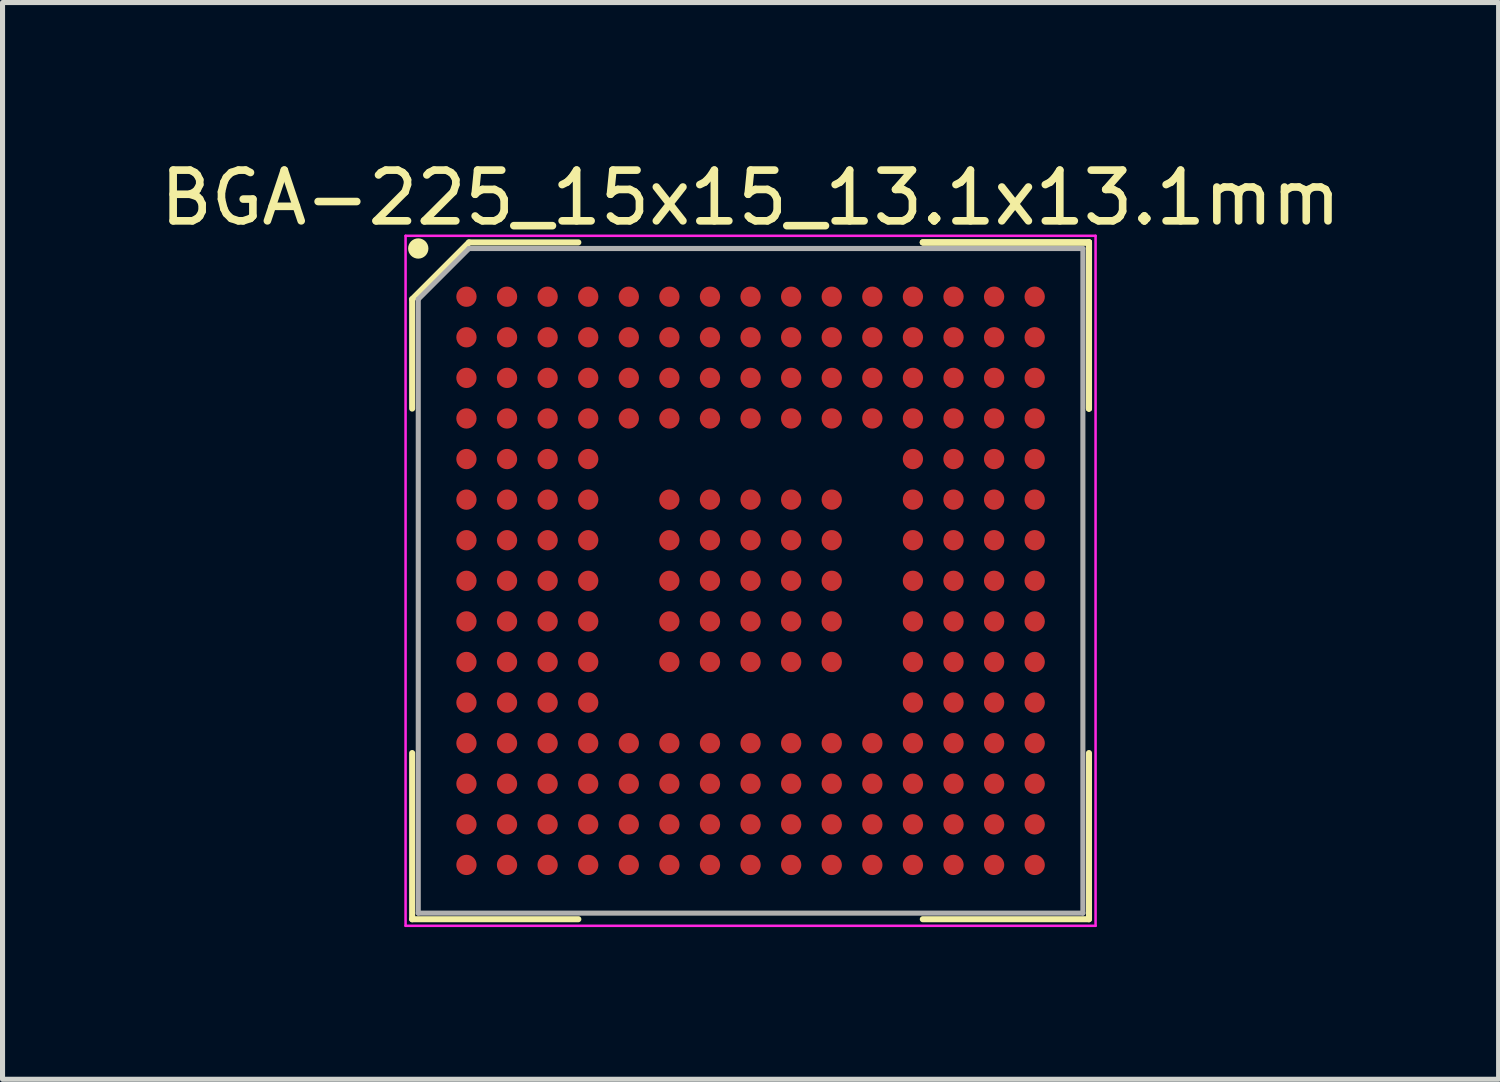
<source format=kicad_pcb>
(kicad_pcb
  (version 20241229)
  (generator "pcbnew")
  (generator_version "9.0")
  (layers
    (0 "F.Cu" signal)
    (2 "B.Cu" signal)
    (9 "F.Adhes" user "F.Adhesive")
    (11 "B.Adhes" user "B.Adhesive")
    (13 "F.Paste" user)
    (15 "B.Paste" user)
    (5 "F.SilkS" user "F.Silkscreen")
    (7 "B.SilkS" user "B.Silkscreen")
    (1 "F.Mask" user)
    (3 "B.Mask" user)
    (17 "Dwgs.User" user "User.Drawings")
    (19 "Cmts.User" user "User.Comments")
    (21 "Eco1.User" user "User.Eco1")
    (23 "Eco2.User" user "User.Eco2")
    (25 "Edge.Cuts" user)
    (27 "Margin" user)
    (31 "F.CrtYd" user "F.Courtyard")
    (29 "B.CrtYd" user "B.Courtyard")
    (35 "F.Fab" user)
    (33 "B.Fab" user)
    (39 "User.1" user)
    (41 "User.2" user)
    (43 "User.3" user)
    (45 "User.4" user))
  (footprint "BGA-225_15x15_13.1x13.1mm"
    (layer "F.Cu")
    (at 11.744 8.398)
    (property "Reference" "BGA-225_15x15_13.1x13.1mm" (at 0 -7.55 0) (layer "F.SilkS") (effects (font (size 1 1) (thickness 0.15))))
    (attr smd)
    (fp_line (start -6.67 -5.55) (end -6.67 -3.395) (stroke (width 0.12) (type solid)) (layer "F.SilkS"))
    (fp_line (start -6.67 6.67) (end -6.67 3.395) (stroke (width 0.12) (type solid)) (layer "F.SilkS"))
    (fp_line (start -5.55 -6.67) (end -6.67 -5.55) (stroke (width 0.12) (type solid)) (layer "F.SilkS"))
    (fp_line (start -3.395 -6.67) (end -5.55 -6.67) (stroke (width 0.12) (type solid)) (layer "F.SilkS"))
    (fp_line (start -3.395 6.67) (end -6.67 6.67) (stroke (width 0.12) (type solid)) (layer "F.SilkS"))
    (fp_line (start 3.395 -6.67) (end 6.67 -6.67) (stroke (width 0.12) (type solid)) (layer "F.SilkS"))
    (fp_line (start 3.395 -6.67) (end 6.67 -6.67) (stroke (width 0.12) (type solid)) (layer "F.SilkS"))
    (fp_line (start 3.395 -6.67) (end 6.67 -6.67) (stroke (width 0.12) (type solid)) (layer "F.SilkS"))
    (fp_line (start 3.395 6.67) (end 6.67 6.67) (stroke (width 0.12) (type solid)) (layer "F.SilkS"))
    (fp_line (start 6.67 -6.67) (end 6.67 -3.395) (stroke (width 0.12) (type solid)) (layer "F.SilkS"))
    (fp_line (start 6.67 -6.67) (end 6.67 -3.395) (stroke (width 0.12) (type solid)) (layer "F.SilkS"))
    (fp_line (start 6.67 -6.67) (end 6.67 -3.395) (stroke (width 0.12) (type solid)) (layer "F.SilkS"))
    (fp_line (start 6.67 6.67) (end 6.67 3.395) (stroke (width 0.12) (type solid)) (layer "F.SilkS"))
    (fp_circle (center -6.55 -6.55) (end -6.55 -6.45) (stroke (width 0.2) (type solid)) (fill no) (layer "F.SilkS"))
    (fp_line (start -6.8 -6.8) (end 6.8 -6.8) (stroke (width 0.05) (type solid)) (layer "F.CrtYd"))
    (fp_line (start -6.8 6.8) (end -6.8 -6.8) (stroke (width 0.05) (type solid)) (layer "F.CrtYd"))
    (fp_line (start 6.8 -6.8) (end 6.8 6.8) (stroke (width 0.05) (type solid)) (layer "F.CrtYd"))
    (fp_line (start 6.8 6.8) (end -6.8 6.8) (stroke (width 0.05) (type solid)) (layer "F.CrtYd"))
    (fp_line (start -6.55 -5.55) (end -6.55 6.55) (stroke (width 0.1) (type solid)) (layer "F.Fab"))
    (fp_line (start -6.55 6.55) (end 6.55 6.55) (stroke (width 0.1) (type solid)) (layer "F.Fab"))
    (fp_line (start -5.55 -6.55) (end -6.55 -5.55) (stroke (width 0.1) (type solid)) (layer "F.Fab"))
    (fp_line (start 6.55 -6.55) (end -5.55 -6.55) (stroke (width 0.1) (type solid)) (layer "F.Fab"))
    (fp_line (start 6.55 6.55) (end 6.55 -6.55) (stroke (width 0.1) (type solid)) (layer "F.Fab"))
    (pad "A1" smd circle (at -5.6 -5.6) (size 0.4 0.4) (layers "F.Cu" "F.Mask" "F.Paste"))
    (pad "A2" smd circle (at -4.8 -5.6) (size 0.4 0.4) (layers "F.Cu" "F.Mask" "F.Paste"))
    (pad "A3" smd circle (at -4 -5.6) (size 0.4 0.4) (layers "F.Cu" "F.Mask" "F.Paste"))
    (pad "A4" smd circle (at -3.2 -5.6) (size 0.4 0.4) (layers "F.Cu" "F.Mask" "F.Paste"))
    (pad "A5" smd circle (at -2.4 -5.6) (size 0.4 0.4) (layers "F.Cu" "F.Mask" "F.Paste"))
    (pad "A6" smd circle (at -1.6 -5.6) (size 0.4 0.4) (layers "F.Cu" "F.Mask" "F.Paste"))
    (pad "A7" smd circle (at -0.8 -5.6) (size 0.4 0.4) (layers "F.Cu" "F.Mask" "F.Paste"))
    (pad "A8" smd circle (at 0 -5.6) (size 0.4 0.4) (layers "F.Cu" "F.Mask" "F.Paste"))
    (pad "A9" smd circle (at 0.8 -5.6) (size 0.4 0.4) (layers "F.Cu" "F.Mask" "F.Paste"))
    (pad "A10" smd circle (at 1.6 -5.6) (size 0.4 0.4) (layers "F.Cu" "F.Mask" "F.Paste"))
    (pad "A11" smd circle (at 2.4 -5.6) (size 0.4 0.4) (layers "F.Cu" "F.Mask" "F.Paste"))
    (pad "A12" smd circle (at 3.2 -5.6) (size 0.4 0.4) (layers "F.Cu" "F.Mask" "F.Paste"))
    (pad "A13" smd circle (at 4 -5.6) (size 0.4 0.4) (layers "F.Cu" "F.Mask" "F.Paste"))
    (pad "A14" smd circle (at 4.8 -5.6) (size 0.4 0.4) (layers "F.Cu" "F.Mask" "F.Paste"))
    (pad "A15" smd circle (at 5.6 -5.6) (size 0.4 0.4) (layers "F.Cu" "F.Mask" "F.Paste"))
    (pad "B1" smd circle (at -5.6 -4.8) (size 0.4 0.4) (layers "F.Cu" "F.Mask" "F.Paste"))
    (pad "B2" smd circle (at -4.8 -4.8) (size 0.4 0.4) (layers "F.Cu" "F.Mask" "F.Paste"))
    (pad "B3" smd circle (at -4 -4.8) (size 0.4 0.4) (layers "F.Cu" "F.Mask" "F.Paste"))
    (pad "B4" smd circle (at -3.2 -4.8) (size 0.4 0.4) (layers "F.Cu" "F.Mask" "F.Paste"))
    (pad "B5" smd circle (at -2.4 -4.8) (size 0.4 0.4) (layers "F.Cu" "F.Mask" "F.Paste"))
    (pad "B6" smd circle (at -1.6 -4.8) (size 0.4 0.4) (layers "F.Cu" "F.Mask" "F.Paste"))
    (pad "B7" smd circle (at -0.8 -4.8) (size 0.4 0.4) (layers "F.Cu" "F.Mask" "F.Paste"))
    (pad "B8" smd circle (at 0 -4.8) (size 0.4 0.4) (layers "F.Cu" "F.Mask" "F.Paste"))
    (pad "B9" smd circle (at 0.8 -4.8) (size 0.4 0.4) (layers "F.Cu" "F.Mask" "F.Paste"))
    (pad "B10" smd circle (at 1.6 -4.8) (size 0.4 0.4) (layers "F.Cu" "F.Mask" "F.Paste"))
    (pad "B11" smd circle (at 2.4 -4.8) (size 0.4 0.4) (layers "F.Cu" "F.Mask" "F.Paste"))
    (pad "B12" smd circle (at 3.2 -4.8) (size 0.4 0.4) (layers "F.Cu" "F.Mask" "F.Paste"))
    (pad "B13" smd circle (at 4 -4.8) (size 0.4 0.4) (layers "F.Cu" "F.Mask" "F.Paste"))
    (pad "B14" smd circle (at 4.8 -4.8) (size 0.4 0.4) (layers "F.Cu" "F.Mask" "F.Paste"))
    (pad "B15" smd circle (at 5.6 -4.8) (size 0.4 0.4) (layers "F.Cu" "F.Mask" "F.Paste"))
    (pad "C1" smd circle (at -5.6 -4) (size 0.4 0.4) (layers "F.Cu" "F.Mask" "F.Paste"))
    (pad "C2" smd circle (at -4.8 -4) (size 0.4 0.4) (layers "F.Cu" "F.Mask" "F.Paste"))
    (pad "C3" smd circle (at -4 -4) (size 0.4 0.4) (layers "F.Cu" "F.Mask" "F.Paste"))
    (pad "C4" smd circle (at -3.2 -4) (size 0.4 0.4) (layers "F.Cu" "F.Mask" "F.Paste"))
    (pad "C5" smd circle (at -2.4 -4) (size 0.4 0.4) (layers "F.Cu" "F.Mask" "F.Paste"))
    (pad "C6" smd circle (at -1.6 -4) (size 0.4 0.4) (layers "F.Cu" "F.Mask" "F.Paste"))
    (pad "C7" smd circle (at -0.8 -4) (size 0.4 0.4) (layers "F.Cu" "F.Mask" "F.Paste"))
    (pad "C8" smd circle (at 0 -4) (size 0.4 0.4) (layers "F.Cu" "F.Mask" "F.Paste"))
    (pad "C9" smd circle (at 0.8 -4) (size 0.4 0.4) (layers "F.Cu" "F.Mask" "F.Paste"))
    (pad "C10" smd circle (at 1.6 -4) (size 0.4 0.4) (layers "F.Cu" "F.Mask" "F.Paste"))
    (pad "C11" smd circle (at 2.4 -4) (size 0.4 0.4) (layers "F.Cu" "F.Mask" "F.Paste"))
    (pad "C12" smd circle (at 3.2 -4) (size 0.4 0.4) (layers "F.Cu" "F.Mask" "F.Paste"))
    (pad "C13" smd circle (at 4 -4) (size 0.4 0.4) (layers "F.Cu" "F.Mask" "F.Paste"))
    (pad "C14" smd circle (at 4.8 -4) (size 0.4 0.4) (layers "F.Cu" "F.Mask" "F.Paste"))
    (pad "C15" smd circle (at 5.6 -4) (size 0.4 0.4) (layers "F.Cu" "F.Mask" "F.Paste"))
    (pad "D1" smd circle (at -5.6 -3.2) (size 0.4 0.4) (layers "F.Cu" "F.Mask" "F.Paste"))
    (pad "D2" smd circle (at -4.8 -3.2) (size 0.4 0.4) (layers "F.Cu" "F.Mask" "F.Paste"))
    (pad "D3" smd circle (at -4 -3.2) (size 0.4 0.4) (layers "F.Cu" "F.Mask" "F.Paste"))
    (pad "D4" smd circle (at -3.2 -3.2) (size 0.4 0.4) (layers "F.Cu" "F.Mask" "F.Paste"))
    (pad "D5" smd circle (at -2.4 -3.2) (size 0.4 0.4) (layers "F.Cu" "F.Mask" "F.Paste"))
    (pad "D6" smd circle (at -1.6 -3.2) (size 0.4 0.4) (layers "F.Cu" "F.Mask" "F.Paste"))
    (pad "D7" smd circle (at -0.8 -3.2) (size 0.4 0.4) (layers "F.Cu" "F.Mask" "F.Paste"))
    (pad "D8" smd circle (at 0 -3.2) (size 0.4 0.4) (layers "F.Cu" "F.Mask" "F.Paste"))
    (pad "D9" smd circle (at 0.8 -3.2) (size 0.4 0.4) (layers "F.Cu" "F.Mask" "F.Paste"))
    (pad "D10" smd circle (at 1.6 -3.2) (size 0.4 0.4) (layers "F.Cu" "F.Mask" "F.Paste"))
    (pad "D11" smd circle (at 2.4 -3.2) (size 0.4 0.4) (layers "F.Cu" "F.Mask" "F.Paste"))
    (pad "D12" smd circle (at 3.2 -3.2) (size 0.4 0.4) (layers "F.Cu" "F.Mask" "F.Paste"))
    (pad "D13" smd circle (at 4 -3.2) (size 0.4 0.4) (layers "F.Cu" "F.Mask" "F.Paste"))
    (pad "D14" smd circle (at 4.8 -3.2) (size 0.4 0.4) (layers "F.Cu" "F.Mask" "F.Paste"))
    (pad "D15" smd circle (at 5.6 -3.2) (size 0.4 0.4) (layers "F.Cu" "F.Mask" "F.Paste"))
    (pad "E1" smd circle (at -5.6 -2.4) (size 0.4 0.4) (layers "F.Cu" "F.Mask" "F.Paste"))
    (pad "E2" smd circle (at -4.8 -2.4) (size 0.4 0.4) (layers "F.Cu" "F.Mask" "F.Paste"))
    (pad "E3" smd circle (at -4 -2.4) (size 0.4 0.4) (layers "F.Cu" "F.Mask" "F.Paste"))
    (pad "E4" smd circle (at -3.2 -2.4) (size 0.4 0.4) (layers "F.Cu" "F.Mask" "F.Paste"))
    (pad "E12" smd circle (at 3.2 -2.4) (size 0.4 0.4) (layers "F.Cu" "F.Mask" "F.Paste"))
    (pad "E13" smd circle (at 4 -2.4) (size 0.4 0.4) (layers "F.Cu" "F.Mask" "F.Paste"))
    (pad "E14" smd circle (at 4.8 -2.4) (size 0.4 0.4) (layers "F.Cu" "F.Mask" "F.Paste"))
    (pad "E15" smd circle (at 5.6 -2.4) (size 0.4 0.4) (layers "F.Cu" "F.Mask" "F.Paste"))
    (pad "F1" smd circle (at -5.6 -1.6) (size 0.4 0.4) (layers "F.Cu" "F.Mask" "F.Paste"))
    (pad "F2" smd circle (at -4.8 -1.6) (size 0.4 0.4) (layers "F.Cu" "F.Mask" "F.Paste"))
    (pad "F3" smd circle (at -4 -1.6) (size 0.4 0.4) (layers "F.Cu" "F.Mask" "F.Paste"))
    (pad "F4" smd circle (at -3.2 -1.6) (size 0.4 0.4) (layers "F.Cu" "F.Mask" "F.Paste"))
    (pad "F6" smd circle (at -1.6 -1.6) (size 0.4 0.4) (layers "F.Cu" "F.Mask" "F.Paste"))
    (pad "F7" smd circle (at -0.8 -1.6) (size 0.4 0.4) (layers "F.Cu" "F.Mask" "F.Paste"))
    (pad "F8" smd circle (at 0 -1.6) (size 0.4 0.4) (layers "F.Cu" "F.Mask" "F.Paste"))
    (pad "F9" smd circle (at 0.8 -1.6) (size 0.4 0.4) (layers "F.Cu" "F.Mask" "F.Paste"))
    (pad "F10" smd circle (at 1.6 -1.6) (size 0.4 0.4) (layers "F.Cu" "F.Mask" "F.Paste"))
    (pad "F12" smd circle (at 3.2 -1.6) (size 0.4 0.4) (layers "F.Cu" "F.Mask" "F.Paste"))
    (pad "F13" smd circle (at 4 -1.6) (size 0.4 0.4) (layers "F.Cu" "F.Mask" "F.Paste"))
    (pad "F14" smd circle (at 4.8 -1.6) (size 0.4 0.4) (layers "F.Cu" "F.Mask" "F.Paste"))
    (pad "F15" smd circle (at 5.6 -1.6) (size 0.4 0.4) (layers "F.Cu" "F.Mask" "F.Paste"))
    (pad "G1" smd circle (at -5.6 -0.8) (size 0.4 0.4) (layers "F.Cu" "F.Mask" "F.Paste"))
    (pad "G2" smd circle (at -4.8 -0.8) (size 0.4 0.4) (layers "F.Cu" "F.Mask" "F.Paste"))
    (pad "G3" smd circle (at -4 -0.8) (size 0.4 0.4) (layers "F.Cu" "F.Mask" "F.Paste"))
    (pad "G4" smd circle (at -3.2 -0.8) (size 0.4 0.4) (layers "F.Cu" "F.Mask" "F.Paste"))
    (pad "G6" smd circle (at -1.6 -0.8) (size 0.4 0.4) (layers "F.Cu" "F.Mask" "F.Paste"))
    (pad "G7" smd circle (at -0.8 -0.8) (size 0.4 0.4) (layers "F.Cu" "F.Mask" "F.Paste"))
    (pad "G8" smd circle (at 0 -0.8) (size 0.4 0.4) (layers "F.Cu" "F.Mask" "F.Paste"))
    (pad "G9" smd circle (at 0.8 -0.8) (size 0.4 0.4) (layers "F.Cu" "F.Mask" "F.Paste"))
    (pad "G10" smd circle (at 1.6 -0.8) (size 0.4 0.4) (layers "F.Cu" "F.Mask" "F.Paste"))
    (pad "G12" smd circle (at 3.2 -0.8) (size 0.4 0.4) (layers "F.Cu" "F.Mask" "F.Paste"))
    (pad "G13" smd circle (at 4 -0.8) (size 0.4 0.4) (layers "F.Cu" "F.Mask" "F.Paste"))
    (pad "G14" smd circle (at 4.8 -0.8) (size 0.4 0.4) (layers "F.Cu" "F.Mask" "F.Paste"))
    (pad "G15" smd circle (at 5.6 -0.8) (size 0.4 0.4) (layers "F.Cu" "F.Mask" "F.Paste"))
    (pad "H1" smd circle (at -5.6 0) (size 0.4 0.4) (layers "F.Cu" "F.Mask" "F.Paste"))
    (pad "H2" smd circle (at -4.8 0) (size 0.4 0.4) (layers "F.Cu" "F.Mask" "F.Paste"))
    (pad "H3" smd circle (at -4 0) (size 0.4 0.4) (layers "F.Cu" "F.Mask" "F.Paste"))
    (pad "H4" smd circle (at -3.2 0) (size 0.4 0.4) (layers "F.Cu" "F.Mask" "F.Paste"))
    (pad "H6" smd circle (at -1.6 0) (size 0.4 0.4) (layers "F.Cu" "F.Mask" "F.Paste"))
    (pad "H7" smd circle (at -0.8 0) (size 0.4 0.4) (layers "F.Cu" "F.Mask" "F.Paste"))
    (pad "H8" smd circle (at 0 0) (size 0.4 0.4) (layers "F.Cu" "F.Mask" "F.Paste"))
    (pad "H9" smd circle (at 0.8 0) (size 0.4 0.4) (layers "F.Cu" "F.Mask" "F.Paste"))
    (pad "H10" smd circle (at 1.6 0) (size 0.4 0.4) (layers "F.Cu" "F.Mask" "F.Paste"))
    (pad "H12" smd circle (at 3.2 0) (size 0.4 0.4) (layers "F.Cu" "F.Mask" "F.Paste"))
    (pad "H13" smd circle (at 4 0) (size 0.4 0.4) (layers "F.Cu" "F.Mask" "F.Paste"))
    (pad "H14" smd circle (at 4.8 0) (size 0.4 0.4) (layers "F.Cu" "F.Mask" "F.Paste"))
    (pad "H15" smd circle (at 5.6 0) (size 0.4 0.4) (layers "F.Cu" "F.Mask" "F.Paste"))
    (pad "J1" smd circle (at -5.6 0.8) (size 0.4 0.4) (layers "F.Cu" "F.Mask" "F.Paste"))
    (pad "J2" smd circle (at -4.8 0.8) (size 0.4 0.4) (layers "F.Cu" "F.Mask" "F.Paste"))
    (pad "J3" smd circle (at -4 0.8) (size 0.4 0.4) (layers "F.Cu" "F.Mask" "F.Paste"))
    (pad "J4" smd circle (at -3.2 0.8) (size 0.4 0.4) (layers "F.Cu" "F.Mask" "F.Paste"))
    (pad "J6" smd circle (at -1.6 0.8) (size 0.4 0.4) (layers "F.Cu" "F.Mask" "F.Paste"))
    (pad "J7" smd circle (at -0.8 0.8) (size 0.4 0.4) (layers "F.Cu" "F.Mask" "F.Paste"))
    (pad "J8" smd circle (at 0 0.8) (size 0.4 0.4) (layers "F.Cu" "F.Mask" "F.Paste"))
    (pad "J9" smd circle (at 0.8 0.8) (size 0.4 0.4) (layers "F.Cu" "F.Mask" "F.Paste"))
    (pad "J10" smd circle (at 1.6 0.8) (size 0.4 0.4) (layers "F.Cu" "F.Mask" "F.Paste"))
    (pad "J12" smd circle (at 3.2 0.8) (size 0.4 0.4) (layers "F.Cu" "F.Mask" "F.Paste"))
    (pad "J13" smd circle (at 4 0.8) (size 0.4 0.4) (layers "F.Cu" "F.Mask" "F.Paste"))
    (pad "J14" smd circle (at 4.8 0.8) (size 0.4 0.4) (layers "F.Cu" "F.Mask" "F.Paste"))
    (pad "J15" smd circle (at 5.6 0.8) (size 0.4 0.4) (layers "F.Cu" "F.Mask" "F.Paste"))
    (pad "K1" smd circle (at -5.6 1.6) (size 0.4 0.4) (layers "F.Cu" "F.Mask" "F.Paste"))
    (pad "K2" smd circle (at -4.8 1.6) (size 0.4 0.4) (layers "F.Cu" "F.Mask" "F.Paste"))
    (pad "K3" smd circle (at -4 1.6) (size 0.4 0.4) (layers "F.Cu" "F.Mask" "F.Paste"))
    (pad "K4" smd circle (at -3.2 1.6) (size 0.4 0.4) (layers "F.Cu" "F.Mask" "F.Paste"))
    (pad "K6" smd circle (at -1.6 1.6) (size 0.4 0.4) (layers "F.Cu" "F.Mask" "F.Paste"))
    (pad "K7" smd circle (at -0.8 1.6) (size 0.4 0.4) (layers "F.Cu" "F.Mask" "F.Paste"))
    (pad "K8" smd circle (at 0 1.6) (size 0.4 0.4) (layers "F.Cu" "F.Mask" "F.Paste"))
    (pad "K9" smd circle (at 0.8 1.6) (size 0.4 0.4) (layers "F.Cu" "F.Mask" "F.Paste"))
    (pad "K10" smd circle (at 1.6 1.6) (size 0.4 0.4) (layers "F.Cu" "F.Mask" "F.Paste"))
    (pad "K12" smd circle (at 3.2 1.6) (size 0.4 0.4) (layers "F.Cu" "F.Mask" "F.Paste"))
    (pad "K13" smd circle (at 4 1.6) (size 0.4 0.4) (layers "F.Cu" "F.Mask" "F.Paste"))
    (pad "K14" smd circle (at 4.8 1.6) (size 0.4 0.4) (layers "F.Cu" "F.Mask" "F.Paste"))
    (pad "K15" smd circle (at 5.6 1.6) (size 0.4 0.4) (layers "F.Cu" "F.Mask" "F.Paste"))
    (pad "L1" smd circle (at -5.6 2.4) (size 0.4 0.4) (layers "F.Cu" "F.Mask" "F.Paste"))
    (pad "L2" smd circle (at -4.8 2.4) (size 0.4 0.4) (layers "F.Cu" "F.Mask" "F.Paste"))
    (pad "L3" smd circle (at -4 2.4) (size 0.4 0.4) (layers "F.Cu" "F.Mask" "F.Paste"))
    (pad "L4" smd circle (at -3.2 2.4) (size 0.4 0.4) (layers "F.Cu" "F.Mask" "F.Paste"))
    (pad "L12" smd circle (at 3.2 2.4) (size 0.4 0.4) (layers "F.Cu" "F.Mask" "F.Paste"))
    (pad "L13" smd circle (at 4 2.4) (size 0.4 0.4) (layers "F.Cu" "F.Mask" "F.Paste"))
    (pad "L14" smd circle (at 4.8 2.4) (size 0.4 0.4) (layers "F.Cu" "F.Mask" "F.Paste"))
    (pad "L15" smd circle (at 5.6 2.4) (size 0.4 0.4) (layers "F.Cu" "F.Mask" "F.Paste"))
    (pad "M1" smd circle (at -5.6 3.2) (size 0.4 0.4) (layers "F.Cu" "F.Mask" "F.Paste"))
    (pad "M2" smd circle (at -4.8 3.2) (size 0.4 0.4) (layers "F.Cu" "F.Mask" "F.Paste"))
    (pad "M3" smd circle (at -4 3.2) (size 0.4 0.4) (layers "F.Cu" "F.Mask" "F.Paste"))
    (pad "M4" smd circle (at -3.2 3.2) (size 0.4 0.4) (layers "F.Cu" "F.Mask" "F.Paste"))
    (pad "M5" smd circle (at -2.4 3.2) (size 0.4 0.4) (layers "F.Cu" "F.Mask" "F.Paste"))
    (pad "M6" smd circle (at -1.6 3.2) (size 0.4 0.4) (layers "F.Cu" "F.Mask" "F.Paste"))
    (pad "M7" smd circle (at -0.8 3.2) (size 0.4 0.4) (layers "F.Cu" "F.Mask" "F.Paste"))
    (pad "M8" smd circle (at 0 3.2) (size 0.4 0.4) (layers "F.Cu" "F.Mask" "F.Paste"))
    (pad "M9" smd circle (at 0.8 3.2) (size 0.4 0.4) (layers "F.Cu" "F.Mask" "F.Paste"))
    (pad "M10" smd circle (at 1.6 3.2) (size 0.4 0.4) (layers "F.Cu" "F.Mask" "F.Paste"))
    (pad "M11" smd circle (at 2.4 3.2) (size 0.4 0.4) (layers "F.Cu" "F.Mask" "F.Paste"))
    (pad "M12" smd circle (at 3.2 3.2) (size 0.4 0.4) (layers "F.Cu" "F.Mask" "F.Paste"))
    (pad "M13" smd circle (at 4 3.2) (size 0.4 0.4) (layers "F.Cu" "F.Mask" "F.Paste"))
    (pad "M14" smd circle (at 4.8 3.2) (size 0.4 0.4) (layers "F.Cu" "F.Mask" "F.Paste"))
    (pad "M15" smd circle (at 5.6 3.2) (size 0.4 0.4) (layers "F.Cu" "F.Mask" "F.Paste"))
    (pad "N1" smd circle (at -5.6 4) (size 0.4 0.4) (layers "F.Cu" "F.Mask" "F.Paste"))
    (pad "N2" smd circle (at -4.8 4) (size 0.4 0.4) (layers "F.Cu" "F.Mask" "F.Paste"))
    (pad "N3" smd circle (at -4 4) (size 0.4 0.4) (layers "F.Cu" "F.Mask" "F.Paste"))
    (pad "N4" smd circle (at -3.2 4) (size 0.4 0.4) (layers "F.Cu" "F.Mask" "F.Paste"))
    (pad "N5" smd circle (at -2.4 4) (size 0.4 0.4) (layers "F.Cu" "F.Mask" "F.Paste"))
    (pad "N6" smd circle (at -1.6 4) (size 0.4 0.4) (layers "F.Cu" "F.Mask" "F.Paste"))
    (pad "N7" smd circle (at -0.8 4) (size 0.4 0.4) (layers "F.Cu" "F.Mask" "F.Paste"))
    (pad "N8" smd circle (at 0 4) (size 0.4 0.4) (layers "F.Cu" "F.Mask" "F.Paste"))
    (pad "N9" smd circle (at 0.8 4) (size 0.4 0.4) (layers "F.Cu" "F.Mask" "F.Paste"))
    (pad "N10" smd circle (at 1.6 4) (size 0.4 0.4) (layers "F.Cu" "F.Mask" "F.Paste"))
    (pad "N11" smd circle (at 2.4 4) (size 0.4 0.4) (layers "F.Cu" "F.Mask" "F.Paste"))
    (pad "N12" smd circle (at 3.2 4) (size 0.4 0.4) (layers "F.Cu" "F.Mask" "F.Paste"))
    (pad "N13" smd circle (at 4 4) (size 0.4 0.4) (layers "F.Cu" "F.Mask" "F.Paste"))
    (pad "N14" smd circle (at 4.8 4) (size 0.4 0.4) (layers "F.Cu" "F.Mask" "F.Paste"))
    (pad "N15" smd circle (at 5.6 4) (size 0.4 0.4) (layers "F.Cu" "F.Mask" "F.Paste"))
    (pad "P1" smd circle (at -5.6 4.8) (size 0.4 0.4) (layers "F.Cu" "F.Mask" "F.Paste"))
    (pad "P2" smd circle (at -4.8 4.8) (size 0.4 0.4) (layers "F.Cu" "F.Mask" "F.Paste"))
    (pad "P3" smd circle (at -4 4.8) (size 0.4 0.4) (layers "F.Cu" "F.Mask" "F.Paste"))
    (pad "P4" smd circle (at -3.2 4.8) (size 0.4 0.4) (layers "F.Cu" "F.Mask" "F.Paste"))
    (pad "P5" smd circle (at -2.4 4.8) (size 0.4 0.4) (layers "F.Cu" "F.Mask" "F.Paste"))
    (pad "P6" smd circle (at -1.6 4.8) (size 0.4 0.4) (layers "F.Cu" "F.Mask" "F.Paste"))
    (pad "P7" smd circle (at -0.8 4.8) (size 0.4 0.4) (layers "F.Cu" "F.Mask" "F.Paste"))
    (pad "P8" smd circle (at 0 4.8) (size 0.4 0.4) (layers "F.Cu" "F.Mask" "F.Paste"))
    (pad "P9" smd circle (at 0.8 4.8) (size 0.4 0.4) (layers "F.Cu" "F.Mask" "F.Paste"))
    (pad "P10" smd circle (at 1.6 4.8) (size 0.4 0.4) (layers "F.Cu" "F.Mask" "F.Paste"))
    (pad "P11" smd circle (at 2.4 4.8) (size 0.4 0.4) (layers "F.Cu" "F.Mask" "F.Paste"))
    (pad "P12" smd circle (at 3.2 4.8) (size 0.4 0.4) (layers "F.Cu" "F.Mask" "F.Paste"))
    (pad "P13" smd circle (at 4 4.8) (size 0.4 0.4) (layers "F.Cu" "F.Mask" "F.Paste"))
    (pad "P14" smd circle (at 4.8 4.8) (size 0.4 0.4) (layers "F.Cu" "F.Mask" "F.Paste"))
    (pad "P15" smd circle (at 5.6 4.8) (size 0.4 0.4) (layers "F.Cu" "F.Mask" "F.Paste"))
    (pad "R1" smd circle (at -5.6 5.6) (size 0.4 0.4) (layers "F.Cu" "F.Mask" "F.Paste"))
    (pad "R2" smd circle (at -4.8 5.6) (size 0.4 0.4) (layers "F.Cu" "F.Mask" "F.Paste"))
    (pad "R3" smd circle (at -4 5.6) (size 0.4 0.4) (layers "F.Cu" "F.Mask" "F.Paste"))
    (pad "R4" smd circle (at -3.2 5.6) (size 0.4 0.4) (layers "F.Cu" "F.Mask" "F.Paste"))
    (pad "R5" smd circle (at -2.4 5.6) (size 0.4 0.4) (layers "F.Cu" "F.Mask" "F.Paste"))
    (pad "R6" smd circle (at -1.6 5.6) (size 0.4 0.4) (layers "F.Cu" "F.Mask" "F.Paste"))
    (pad "R7" smd circle (at -0.8 5.6) (size 0.4 0.4) (layers "F.Cu" "F.Mask" "F.Paste"))
    (pad "R8" smd circle (at 0 5.6) (size 0.4 0.4) (layers "F.Cu" "F.Mask" "F.Paste"))
    (pad "R9" smd circle (at 0.8 5.6) (size 0.4 0.4) (layers "F.Cu" "F.Mask" "F.Paste"))
    (pad "R10" smd circle (at 1.6 5.6) (size 0.4 0.4) (layers "F.Cu" "F.Mask" "F.Paste"))
    (pad "R11" smd circle (at 2.4 5.6) (size 0.4 0.4) (layers "F.Cu" "F.Mask" "F.Paste"))
    (pad "R12" smd circle (at 3.2 5.6) (size 0.4 0.4) (layers "F.Cu" "F.Mask" "F.Paste"))
    (pad "R13" smd circle (at 4 5.6) (size 0.4 0.4) (layers "F.Cu" "F.Mask" "F.Paste"))
    (pad "R14" smd circle (at 4.8 5.6) (size 0.4 0.4) (layers "F.Cu" "F.Mask" "F.Paste"))
    (pad "R15" smd circle (at 5.6 5.6) (size 0.4 0.4) (layers "F.Cu" "F.Mask" "F.Paste")))
  (gr_rect
    (start -3 -3)
    (end 26.488 18.223)
    (stroke (width 0.1) (type default))
    (fill no)
    (layer "Edge.Cuts")))
</source>
